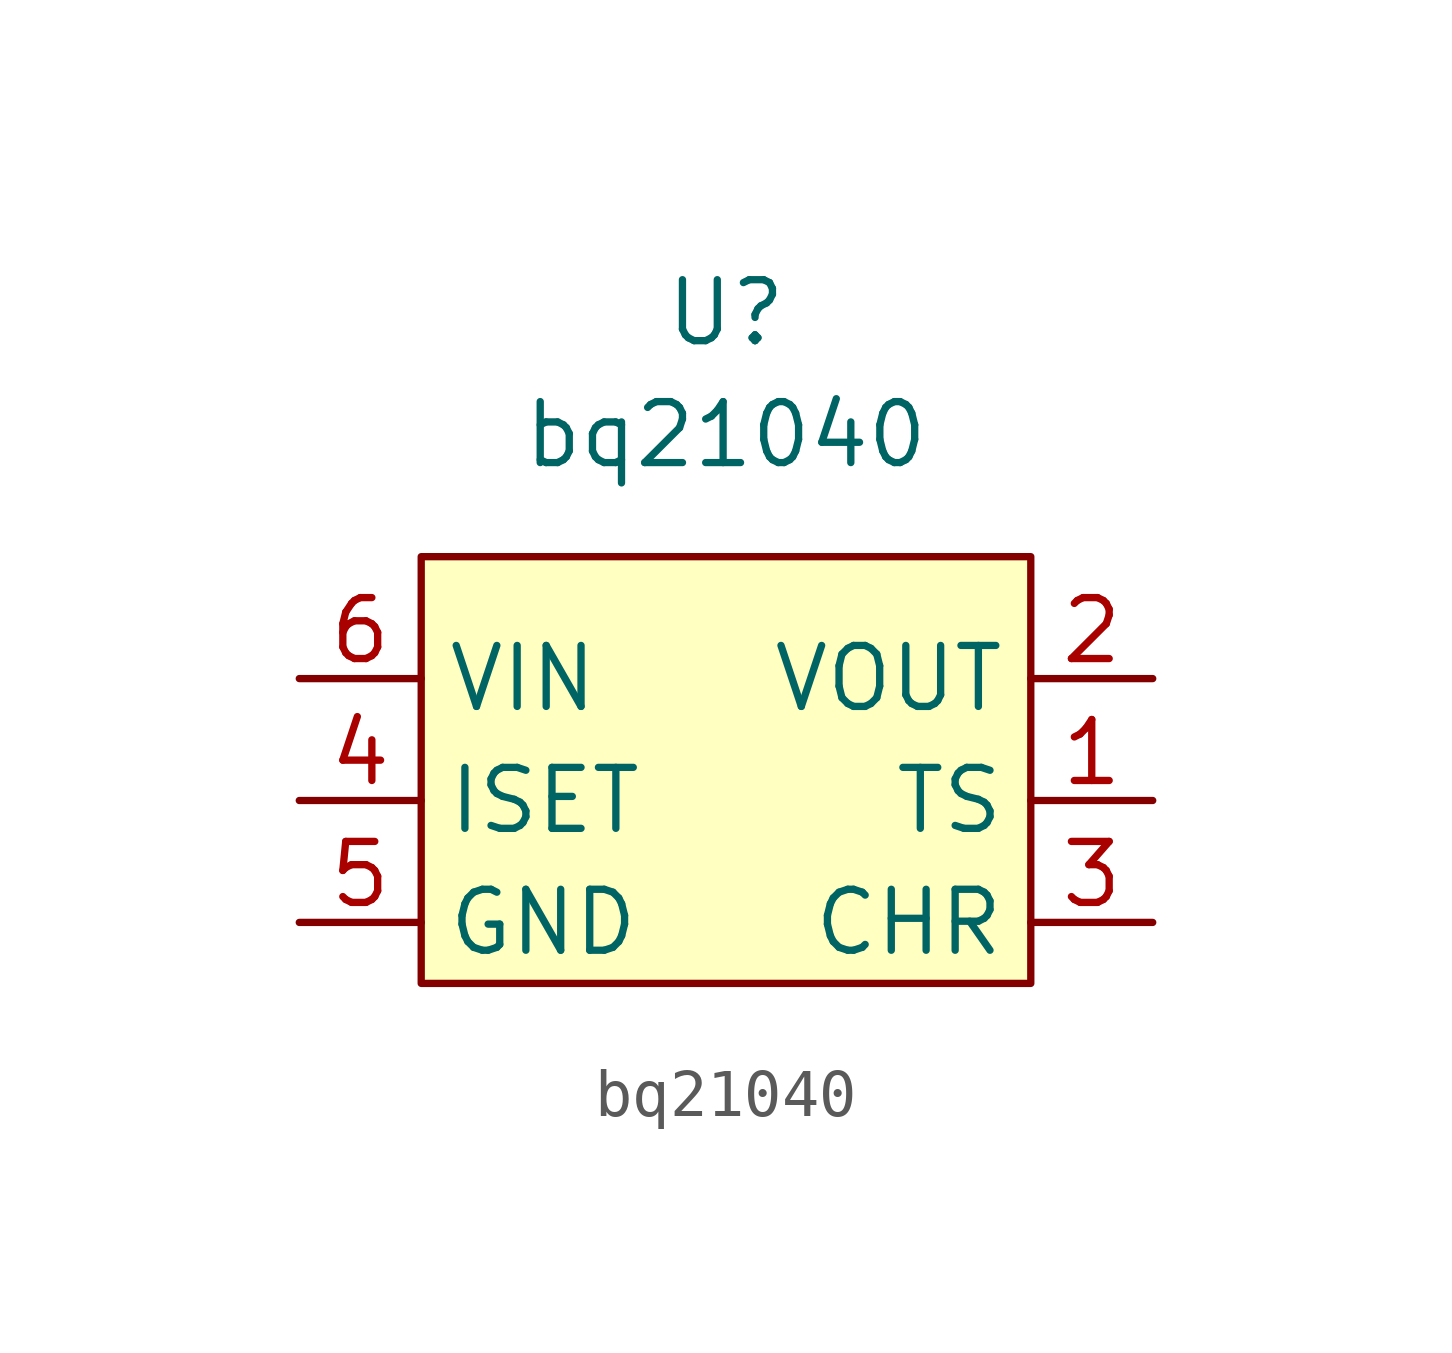
<source format=kicad_sym>
(kicad_symbol_lib
  (version 20211014)
  (generator kicad_symbol_editor)
  (symbol "bq21040"
    (property "Reference" "U"
      (at 0 8.89 0)
      (effects (font (size 1.27 1.27))))
    (property "Value" "bq21040"
      (at 0 6.35 0)
      (effects (font (size 1.27 1.27))))
    (symbol "bq21040_0_1"
      (rectangle (start -6.35 3.81) (end 6.35 -5.08) (stroke (width 0) (type default) (color 0 0 0 0)) (fill (type background))))
    (symbol "bq21040_1_1"
      (pin input line (at 8.89 -1.27 180) (length 2.54) (name "TS" (effects (font (size 1.27 1.27)))) (number "1" (effects (font (size 1.27 1.27)))))
      (pin output line (at 8.89 1.27 180) (length 2.54) (name "VOUT" (effects (font (size 1.27 1.27)))) (number "2" (effects (font (size 1.27 1.27)))))
      (pin output line (at 8.89 -3.81 180) (length 2.54) (name "CHR" (effects (font (size 1.27 1.27)))) (number "3" (effects (font (size 1.27 1.27)))))
      (pin input line (at -8.89 -1.27 0) (length 2.54) (name "ISET" (effects (font (size 1.27 1.27)))) (number "4" (effects (font (size 1.27 1.27)))))
      (pin input line (at -8.89 -3.81 0) (length 2.54) (name "GND" (effects (font (size 1.27 1.27)))) (number "5" (effects (font (size 1.27 1.27)))))
      (pin input line (at -8.89 1.27 0) (length 2.54) (name "VIN" (effects (font (size 1.27 1.27)))) (number "6" (effects (font (size 1.27 1.27))))))))
</source>
